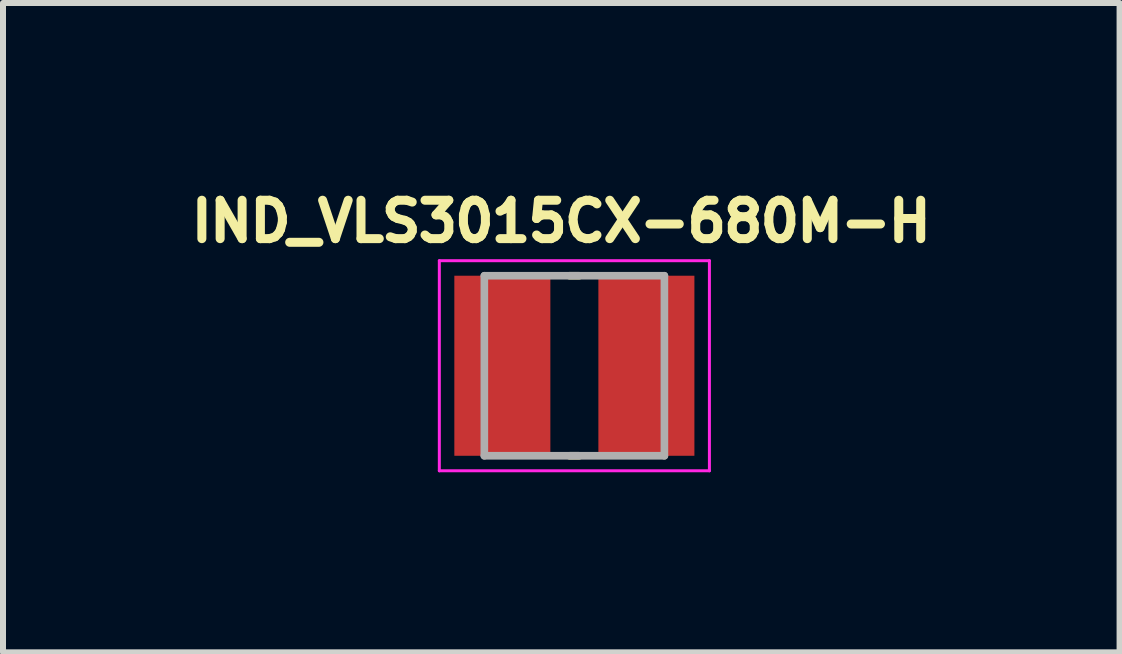
<source format=kicad_pcb>
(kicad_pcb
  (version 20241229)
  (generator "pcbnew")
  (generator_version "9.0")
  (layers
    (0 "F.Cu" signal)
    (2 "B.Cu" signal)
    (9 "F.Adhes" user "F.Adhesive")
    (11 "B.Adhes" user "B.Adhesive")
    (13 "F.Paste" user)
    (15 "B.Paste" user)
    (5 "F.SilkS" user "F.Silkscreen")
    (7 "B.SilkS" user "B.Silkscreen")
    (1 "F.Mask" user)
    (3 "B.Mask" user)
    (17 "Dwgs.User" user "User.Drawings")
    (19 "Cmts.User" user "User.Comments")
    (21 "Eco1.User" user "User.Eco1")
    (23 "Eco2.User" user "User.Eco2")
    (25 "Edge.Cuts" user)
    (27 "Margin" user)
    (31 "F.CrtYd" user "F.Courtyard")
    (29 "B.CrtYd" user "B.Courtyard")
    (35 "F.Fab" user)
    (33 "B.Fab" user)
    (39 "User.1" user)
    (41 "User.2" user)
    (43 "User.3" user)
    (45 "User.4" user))
  (footprint "IND_VLS3015CX-680M-H"
    (layer "F.Cu")
    (at 6.52 3.044)
    (property "Reference" "IND_VLS3015CX-680M-H" (at -0.218 -2.406 0) (layer "F.SilkS") (effects (font (size 0.64 0.64) (thickness 0.15))))
    (attr smd)
    (fp_line (start -0.08 -1.5) (end 0.08 -1.5) (stroke (width 0.127) (type solid)) (layer "F.SilkS"))
    (fp_line (start -0.08 1.5) (end 0.08 1.5) (stroke (width 0.127) (type solid)) (layer "F.SilkS"))
    (fp_line (start -2.25 -1.75) (end -2.25 1.75) (stroke (width 0.05) (type solid)) (layer "F.CrtYd"))
    (fp_line (start -2.25 1.75) (end 2.25 1.75) (stroke (width 0.05) (type solid)) (layer "F.CrtYd"))
    (fp_line (start 2.25 -1.75) (end -2.25 -1.75) (stroke (width 0.05) (type solid)) (layer "F.CrtYd"))
    (fp_line (start 2.25 1.75) (end 2.25 -1.75) (stroke (width 0.05) (type solid)) (layer "F.CrtYd"))
    (fp_line (start -1.5 -1.5) (end -1.5 1.5) (stroke (width 0.127) (type solid)) (layer "F.Fab"))
    (fp_line (start -1.5 -1.5) (end 1.5 -1.5) (stroke (width 0.127) (type solid)) (layer "F.Fab"))
    (fp_line (start -1.5 1.5) (end 1.5 1.5) (stroke (width 0.127) (type solid)) (layer "F.Fab"))
    (fp_line (start 1.5 -1.5) (end 1.5 1.5) (stroke (width 0.127) (type solid)) (layer "F.Fab"))
    (pad "1" smd rect (at -1.2 0) (size 1.6 3) (layers "F.Cu" "F.Mask" "F.Paste"))
    (pad "2" smd rect (at 1.2 0) (size 1.6 3) (layers "F.Cu" "F.Mask" "F.Paste")))
  (gr_rect
    (start -3 -3)
    (end 15.604 7.819)
    (stroke (width 0.1) (type default))
    (fill no)
    (layer "Edge.Cuts")))
</source>
